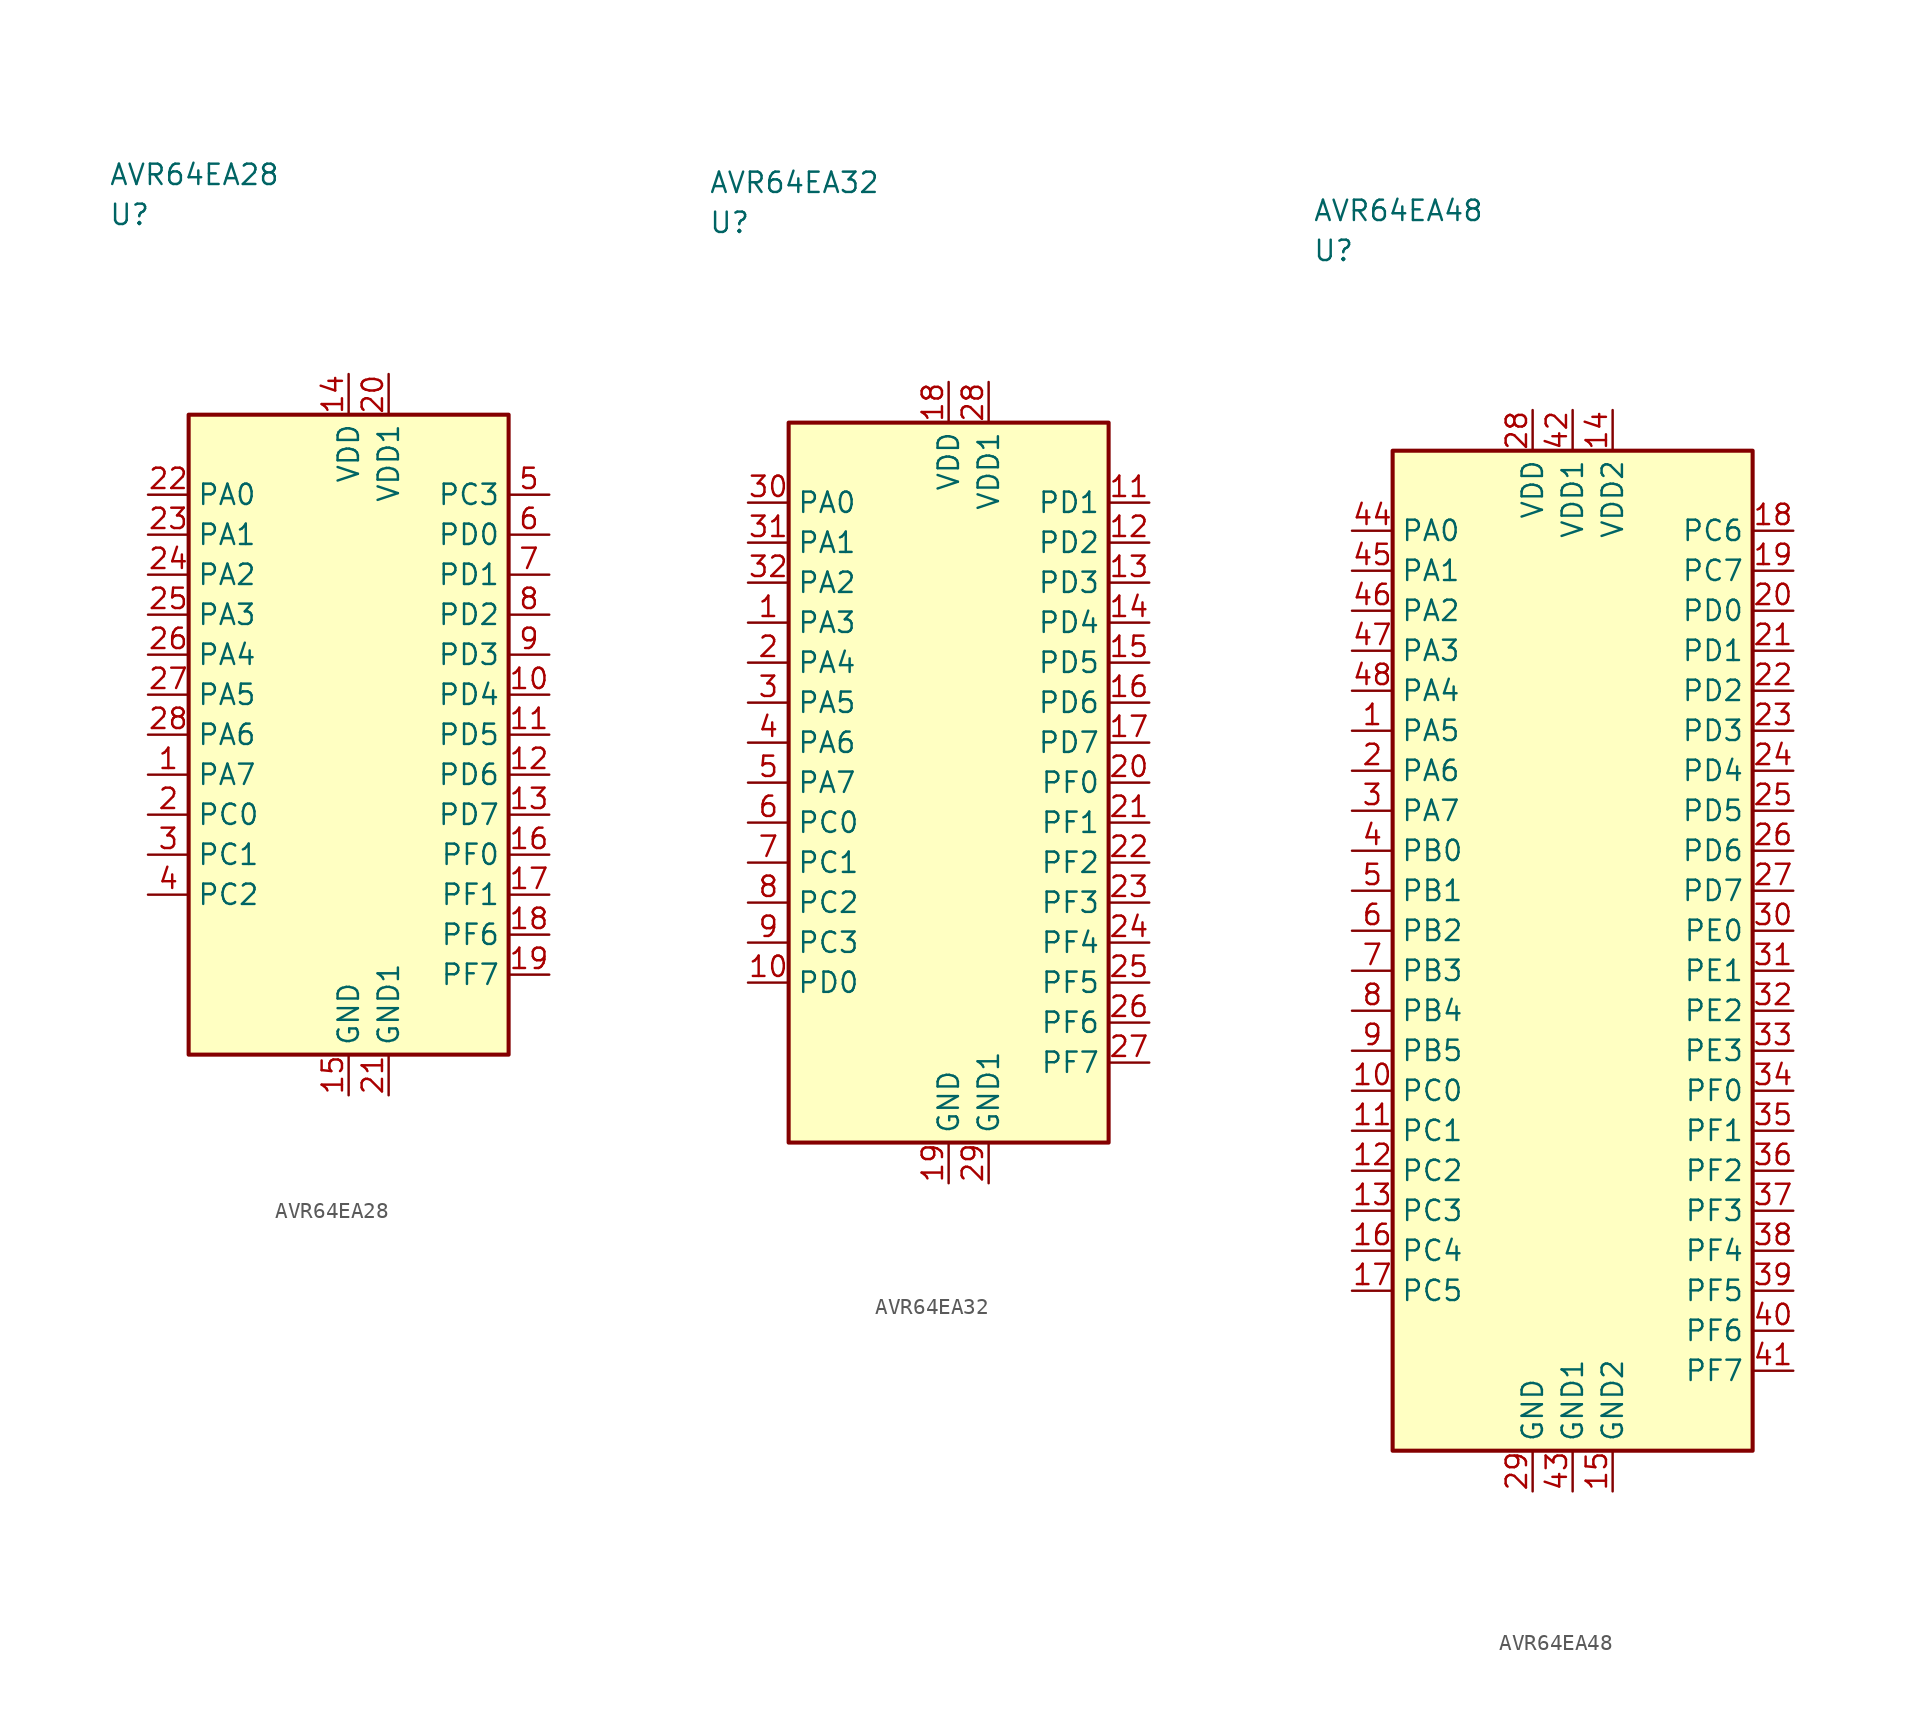
<source format=kicad_sym>
(kicad_symbol_lib
  (version 20241025)
  (generator "kicad_symbol_editor")
  (generator_version "8.0")
  (symbol "AVR64EA28"
    (property "Reference" "U"
      (at -15.0 32.5 0)
      (effects (font (size 1.27 1.27)) (justify left)))
    (property "Value" "AVR64EA28"
      (at -15.0 35.0 0)
      (effects (font (size 1.27 1.27)) (justify left)))
    (symbol "AVR64EA28_0_1"
      (rectangle (start -10.0 20.0) (end 10.0 -20.0) (stroke (width 0.254) (type default)) (fill (type background))))
    (symbol "AVR64EA28_1_1"
      (pin bidirectional line (at -12.54 -2.5 0.0) (length 2.54) (name "PA7" (effects (font (size 1.27 1.27)))) (number "1" (effects (font (size 1.27 1.27)))))
      (pin bidirectional line (at -12.54 -5.0 0.0) (length 2.54) (name "PC0" (effects (font (size 1.27 1.27)))) (number "2" (effects (font (size 1.27 1.27)))))
      (pin bidirectional line (at -12.54 -7.5 0.0) (length 2.54) (name "PC1" (effects (font (size 1.27 1.27)))) (number "3" (effects (font (size 1.27 1.27)))))
      (pin bidirectional line (at -12.54 -10.0 0.0) (length 2.54) (name "PC2" (effects (font (size 1.27 1.27)))) (number "4" (effects (font (size 1.27 1.27)))))
      (pin bidirectional line (at 12.54 15.0 180.0) (length 2.54) (name "PC3" (effects (font (size 1.27 1.27)))) (number "5" (effects (font (size 1.27 1.27)))))
      (pin bidirectional line (at 12.54 12.5 180.0) (length 2.54) (name "PD0" (effects (font (size 1.27 1.27)))) (number "6" (effects (font (size 1.27 1.27)))))
      (pin bidirectional line (at 12.54 10.0 180.0) (length 2.54) (name "PD1" (effects (font (size 1.27 1.27)))) (number "7" (effects (font (size 1.27 1.27)))))
      (pin bidirectional line (at 12.54 7.5 180.0) (length 2.54) (name "PD2" (effects (font (size 1.27 1.27)))) (number "8" (effects (font (size 1.27 1.27)))))
      (pin bidirectional line (at 12.54 5.0 180.0) (length 2.54) (name "PD3" (effects (font (size 1.27 1.27)))) (number "9" (effects (font (size 1.27 1.27)))))
      (pin bidirectional line (at 12.54 2.5 180.0) (length 2.54) (name "PD4" (effects (font (size 1.27 1.27)))) (number "10" (effects (font (size 1.27 1.27)))))
      (pin bidirectional line (at 12.54 0.0 180.0) (length 2.54) (name "PD5" (effects (font (size 1.27 1.27)))) (number "11" (effects (font (size 1.27 1.27)))))
      (pin bidirectional line (at 12.54 -2.5 180.0) (length 2.54) (name "PD6" (effects (font (size 1.27 1.27)))) (number "12" (effects (font (size 1.27 1.27)))))
      (pin bidirectional line (at 12.54 -5.0 180.0) (length 2.54) (name "PD7" (effects (font (size 1.27 1.27)))) (number "13" (effects (font (size 1.27 1.27)))))
      (pin power_in line (at 0.0 22.54 270.0) (length 2.54) (name "VDD" (effects (font (size 1.27 1.27)))) (number "14" (effects (font (size 1.27 1.27)))))
      (pin passive line (at 0.0 -22.54 90.0) (length 2.54) (name "GND" (effects (font (size 1.27 1.27)))) (number "15" (effects (font (size 1.27 1.27)))))
      (pin bidirectional line (at 12.54 -7.5 180.0) (length 2.54) (name "PF0" (effects (font (size 1.27 1.27)))) (number "16" (effects (font (size 1.27 1.27)))))
      (pin bidirectional line (at 12.54 -10.0 180.0) (length 2.54) (name "PF1" (effects (font (size 1.27 1.27)))) (number "17" (effects (font (size 1.27 1.27)))))
      (pin bidirectional line (at 12.54 -12.5 180.0) (length 2.54) (name "PF6" (effects (font (size 1.27 1.27)))) (number "18" (effects (font (size 1.27 1.27)))))
      (pin bidirectional line (at 12.54 -15.0 180.0) (length 2.54) (name "PF7" (effects (font (size 1.27 1.27)))) (number "19" (effects (font (size 1.27 1.27)))))
      (pin power_in line (at 2.5 22.54 270.0) (length 2.54) (name "VDD1" (effects (font (size 1.27 1.27)))) (number "20" (effects (font (size 1.27 1.27)))))
      (pin passive line (at 2.5 -22.54 90.0) (length 2.54) (name "GND1" (effects (font (size 1.27 1.27)))) (number "21" (effects (font (size 1.27 1.27)))))
      (pin bidirectional line (at -12.54 15.0 0.0) (length 2.54) (name "PA0" (effects (font (size 1.27 1.27)))) (number "22" (effects (font (size 1.27 1.27)))))
      (pin bidirectional line (at -12.54 12.5 0.0) (length 2.54) (name "PA1" (effects (font (size 1.27 1.27)))) (number "23" (effects (font (size 1.27 1.27)))))
      (pin bidirectional line (at -12.54 10.0 0.0) (length 2.54) (name "PA2" (effects (font (size 1.27 1.27)))) (number "24" (effects (font (size 1.27 1.27)))))
      (pin bidirectional line (at -12.54 7.5 0.0) (length 2.54) (name "PA3" (effects (font (size 1.27 1.27)))) (number "25" (effects (font (size 1.27 1.27)))))
      (pin bidirectional line (at -12.54 5.0 0.0) (length 2.54) (name "PA4" (effects (font (size 1.27 1.27)))) (number "26" (effects (font (size 1.27 1.27)))))
      (pin bidirectional line (at -12.54 2.5 0.0) (length 2.54) (name "PA5" (effects (font (size 1.27 1.27)))) (number "27" (effects (font (size 1.27 1.27)))))
      (pin bidirectional line (at -12.54 0.0 0.0) (length 2.54) (name "PA6" (effects (font (size 1.27 1.27)))) (number "28" (effects (font (size 1.27 1.27)))))))
  (symbol "AVR64EA32"
    (property "Reference" "U"
      (at -15.0 35.0 0)
      (effects (font (size 1.27 1.27)) (justify left)))
    (property "Value" "AVR64EA32"
      (at -15.0 37.5 0)
      (effects (font (size 1.27 1.27)) (justify left)))
    (symbol "AVR64EA32_0_1"
      (rectangle (start -10.0 22.5) (end 10.0 -22.5) (stroke (width 0.254) (type default)) (fill (type background))))
    (symbol "AVR64EA32_1_1"
      (pin bidirectional line (at -12.54 10.0 0.0) (length 2.54) (name "PA3" (effects (font (size 1.27 1.27)))) (number "1" (effects (font (size 1.27 1.27)))))
      (pin bidirectional line (at -12.54 7.5 0.0) (length 2.54) (name "PA4" (effects (font (size 1.27 1.27)))) (number "2" (effects (font (size 1.27 1.27)))))
      (pin bidirectional line (at -12.54 5.0 0.0) (length 2.54) (name "PA5" (effects (font (size 1.27 1.27)))) (number "3" (effects (font (size 1.27 1.27)))))
      (pin bidirectional line (at -12.54 2.5 0.0) (length 2.54) (name "PA6" (effects (font (size 1.27 1.27)))) (number "4" (effects (font (size 1.27 1.27)))))
      (pin bidirectional line (at -12.54 0.0 0.0) (length 2.54) (name "PA7" (effects (font (size 1.27 1.27)))) (number "5" (effects (font (size 1.27 1.27)))))
      (pin bidirectional line (at -12.54 -2.5 0.0) (length 2.54) (name "PC0" (effects (font (size 1.27 1.27)))) (number "6" (effects (font (size 1.27 1.27)))))
      (pin bidirectional line (at -12.54 -5.0 0.0) (length 2.54) (name "PC1" (effects (font (size 1.27 1.27)))) (number "7" (effects (font (size 1.27 1.27)))))
      (pin bidirectional line (at -12.54 -7.5 0.0) (length 2.54) (name "PC2" (effects (font (size 1.27 1.27)))) (number "8" (effects (font (size 1.27 1.27)))))
      (pin bidirectional line (at -12.54 -10.0 0.0) (length 2.54) (name "PC3" (effects (font (size 1.27 1.27)))) (number "9" (effects (font (size 1.27 1.27)))))
      (pin bidirectional line (at -12.54 -12.5 0.0) (length 2.54) (name "PD0" (effects (font (size 1.27 1.27)))) (number "10" (effects (font (size 1.27 1.27)))))
      (pin bidirectional line (at 12.54 17.5 180.0) (length 2.54) (name "PD1" (effects (font (size 1.27 1.27)))) (number "11" (effects (font (size 1.27 1.27)))))
      (pin bidirectional line (at 12.54 15.0 180.0) (length 2.54) (name "PD2" (effects (font (size 1.27 1.27)))) (number "12" (effects (font (size 1.27 1.27)))))
      (pin bidirectional line (at 12.54 12.5 180.0) (length 2.54) (name "PD3" (effects (font (size 1.27 1.27)))) (number "13" (effects (font (size 1.27 1.27)))))
      (pin bidirectional line (at 12.54 10.0 180.0) (length 2.54) (name "PD4" (effects (font (size 1.27 1.27)))) (number "14" (effects (font (size 1.27 1.27)))))
      (pin bidirectional line (at 12.54 7.5 180.0) (length 2.54) (name "PD5" (effects (font (size 1.27 1.27)))) (number "15" (effects (font (size 1.27 1.27)))))
      (pin bidirectional line (at 12.54 5.0 180.0) (length 2.54) (name "PD6" (effects (font (size 1.27 1.27)))) (number "16" (effects (font (size 1.27 1.27)))))
      (pin bidirectional line (at 12.54 2.5 180.0) (length 2.54) (name "PD7" (effects (font (size 1.27 1.27)))) (number "17" (effects (font (size 1.27 1.27)))))
      (pin power_in line (at 0.0 25.04 270.0) (length 2.54) (name "VDD" (effects (font (size 1.27 1.27)))) (number "18" (effects (font (size 1.27 1.27)))))
      (pin passive line (at 0.0 -25.04 90.0) (length 2.54) (name "GND" (effects (font (size 1.27 1.27)))) (number "19" (effects (font (size 1.27 1.27)))))
      (pin bidirectional line (at 12.54 0.0 180.0) (length 2.54) (name "PF0" (effects (font (size 1.27 1.27)))) (number "20" (effects (font (size 1.27 1.27)))))
      (pin bidirectional line (at 12.54 -2.5 180.0) (length 2.54) (name "PF1" (effects (font (size 1.27 1.27)))) (number "21" (effects (font (size 1.27 1.27)))))
      (pin bidirectional line (at 12.54 -5.0 180.0) (length 2.54) (name "PF2" (effects (font (size 1.27 1.27)))) (number "22" (effects (font (size 1.27 1.27)))))
      (pin bidirectional line (at 12.54 -7.5 180.0) (length 2.54) (name "PF3" (effects (font (size 1.27 1.27)))) (number "23" (effects (font (size 1.27 1.27)))))
      (pin bidirectional line (at 12.54 -10.0 180.0) (length 2.54) (name "PF4" (effects (font (size 1.27 1.27)))) (number "24" (effects (font (size 1.27 1.27)))))
      (pin bidirectional line (at 12.54 -12.5 180.0) (length 2.54) (name "PF5" (effects (font (size 1.27 1.27)))) (number "25" (effects (font (size 1.27 1.27)))))
      (pin bidirectional line (at 12.54 -15.0 180.0) (length 2.54) (name "PF6" (effects (font (size 1.27 1.27)))) (number "26" (effects (font (size 1.27 1.27)))))
      (pin bidirectional line (at 12.54 -17.5 180.0) (length 2.54) (name "PF7" (effects (font (size 1.27 1.27)))) (number "27" (effects (font (size 1.27 1.27)))))
      (pin power_in line (at 2.5 25.04 270.0) (length 2.54) (name "VDD1" (effects (font (size 1.27 1.27)))) (number "28" (effects (font (size 1.27 1.27)))))
      (pin passive line (at 2.5 -25.04 90.0) (length 2.54) (name "GND1" (effects (font (size 1.27 1.27)))) (number "29" (effects (font (size 1.27 1.27)))))
      (pin bidirectional line (at -12.54 17.5 0.0) (length 2.54) (name "PA0" (effects (font (size 1.27 1.27)))) (number "30" (effects (font (size 1.27 1.27)))))
      (pin bidirectional line (at -12.54 15.0 0.0) (length 2.54) (name "PA1" (effects (font (size 1.27 1.27)))) (number "31" (effects (font (size 1.27 1.27)))))
      (pin bidirectional line (at -12.54 12.5 0.0) (length 2.54) (name "PA2" (effects (font (size 1.27 1.27)))) (number "32" (effects (font (size 1.27 1.27)))))))
  (symbol "AVR64EA48"
    (property "Reference" "U"
      (at -16.25 43.75 0)
      (effects (font (size 1.27 1.27)) (justify left)))
    (property "Value" "AVR64EA48"
      (at -16.25 46.25 0)
      (effects (font (size 1.27 1.27)) (justify left)))
    (symbol "AVR64EA48_0_1"
      (rectangle (start -11.25 31.25) (end 11.25 -31.25) (stroke (width 0.254) (type default)) (fill (type background))))
    (symbol "AVR64EA48_1_1"
      (pin bidirectional line (at -13.79 13.75 0.0) (length 2.54) (name "PA5" (effects (font (size 1.27 1.27)))) (number "1" (effects (font (size 1.27 1.27)))))
      (pin bidirectional line (at -13.79 11.25 0.0) (length 2.54) (name "PA6" (effects (font (size 1.27 1.27)))) (number "2" (effects (font (size 1.27 1.27)))))
      (pin bidirectional line (at -13.79 8.75 0.0) (length 2.54) (name "PA7" (effects (font (size 1.27 1.27)))) (number "3" (effects (font (size 1.27 1.27)))))
      (pin bidirectional line (at -13.79 6.25 0.0) (length 2.54) (name "PB0" (effects (font (size 1.27 1.27)))) (number "4" (effects (font (size 1.27 1.27)))))
      (pin bidirectional line (at -13.79 3.75 0.0) (length 2.54) (name "PB1" (effects (font (size 1.27 1.27)))) (number "5" (effects (font (size 1.27 1.27)))))
      (pin bidirectional line (at -13.79 1.25 0.0) (length 2.54) (name "PB2" (effects (font (size 1.27 1.27)))) (number "6" (effects (font (size 1.27 1.27)))))
      (pin bidirectional line (at -13.79 -1.25 0.0) (length 2.54) (name "PB3" (effects (font (size 1.27 1.27)))) (number "7" (effects (font (size 1.27 1.27)))))
      (pin bidirectional line (at -13.79 -3.75 0.0) (length 2.54) (name "PB4" (effects (font (size 1.27 1.27)))) (number "8" (effects (font (size 1.27 1.27)))))
      (pin bidirectional line (at -13.79 -6.25 0.0) (length 2.54) (name "PB5" (effects (font (size 1.27 1.27)))) (number "9" (effects (font (size 1.27 1.27)))))
      (pin bidirectional line (at -13.79 -8.75 0.0) (length 2.54) (name "PC0" (effects (font (size 1.27 1.27)))) (number "10" (effects (font (size 1.27 1.27)))))
      (pin bidirectional line (at -13.79 -11.25 0.0) (length 2.54) (name "PC1" (effects (font (size 1.27 1.27)))) (number "11" (effects (font (size 1.27 1.27)))))
      (pin bidirectional line (at -13.79 -13.75 0.0) (length 2.54) (name "PC2" (effects (font (size 1.27 1.27)))) (number "12" (effects (font (size 1.27 1.27)))))
      (pin bidirectional line (at -13.79 -16.25 0.0) (length 2.54) (name "PC3" (effects (font (size 1.27 1.27)))) (number "13" (effects (font (size 1.27 1.27)))))
      (pin power_in line (at 2.5 33.79 270.0) (length 2.54) (name "VDD2" (effects (font (size 1.27 1.27)))) (number "14" (effects (font (size 1.27 1.27)))))
      (pin passive line (at 2.5 -33.79 90.0) (length 2.54) (name "GND2" (effects (font (size 1.27 1.27)))) (number "15" (effects (font (size 1.27 1.27)))))
      (pin bidirectional line (at -13.79 -18.75 0.0) (length 2.54) (name "PC4" (effects (font (size 1.27 1.27)))) (number "16" (effects (font (size 1.27 1.27)))))
      (pin bidirectional line (at -13.79 -21.25 0.0) (length 2.54) (name "PC5" (effects (font (size 1.27 1.27)))) (number "17" (effects (font (size 1.27 1.27)))))
      (pin bidirectional line (at 13.79 26.25 180.0) (length 2.54) (name "PC6" (effects (font (size 1.27 1.27)))) (number "18" (effects (font (size 1.27 1.27)))))
      (pin bidirectional line (at 13.79 23.75 180.0) (length 2.54) (name "PC7" (effects (font (size 1.27 1.27)))) (number "19" (effects (font (size 1.27 1.27)))))
      (pin bidirectional line (at 13.79 21.25 180.0) (length 2.54) (name "PD0" (effects (font (size 1.27 1.27)))) (number "20" (effects (font (size 1.27 1.27)))))
      (pin bidirectional line (at 13.79 18.75 180.0) (length 2.54) (name "PD1" (effects (font (size 1.27 1.27)))) (number "21" (effects (font (size 1.27 1.27)))))
      (pin bidirectional line (at 13.79 16.25 180.0) (length 2.54) (name "PD2" (effects (font (size 1.27 1.27)))) (number "22" (effects (font (size 1.27 1.27)))))
      (pin bidirectional line (at 13.79 13.75 180.0) (length 2.54) (name "PD3" (effects (font (size 1.27 1.27)))) (number "23" (effects (font (size 1.27 1.27)))))
      (pin bidirectional line (at 13.79 11.25 180.0) (length 2.54) (name "PD4" (effects (font (size 1.27 1.27)))) (number "24" (effects (font (size 1.27 1.27)))))
      (pin bidirectional line (at 13.79 8.75 180.0) (length 2.54) (name "PD5" (effects (font (size 1.27 1.27)))) (number "25" (effects (font (size 1.27 1.27)))))
      (pin bidirectional line (at 13.79 6.25 180.0) (length 2.54) (name "PD6" (effects (font (size 1.27 1.27)))) (number "26" (effects (font (size 1.27 1.27)))))
      (pin bidirectional line (at 13.79 3.75 180.0) (length 2.54) (name "PD7" (effects (font (size 1.27 1.27)))) (number "27" (effects (font (size 1.27 1.27)))))
      (pin power_in line (at -2.5 33.79 270.0) (length 2.54) (name "VDD" (effects (font (size 1.27 1.27)))) (number "28" (effects (font (size 1.27 1.27)))))
      (pin passive line (at -2.5 -33.79 90.0) (length 2.54) (name "GND" (effects (font (size 1.27 1.27)))) (number "29" (effects (font (size 1.27 1.27)))))
      (pin bidirectional line (at 13.79 1.25 180.0) (length 2.54) (name "PE0" (effects (font (size 1.27 1.27)))) (number "30" (effects (font (size 1.27 1.27)))))
      (pin bidirectional line (at 13.79 -1.25 180.0) (length 2.54) (name "PE1" (effects (font (size 1.27 1.27)))) (number "31" (effects (font (size 1.27 1.27)))))
      (pin bidirectional line (at 13.79 -3.75 180.0) (length 2.54) (name "PE2" (effects (font (size 1.27 1.27)))) (number "32" (effects (font (size 1.27 1.27)))))
      (pin bidirectional line (at 13.79 -6.25 180.0) (length 2.54) (name "PE3" (effects (font (size 1.27 1.27)))) (number "33" (effects (font (size 1.27 1.27)))))
      (pin bidirectional line (at 13.79 -8.75 180.0) (length 2.54) (name "PF0" (effects (font (size 1.27 1.27)))) (number "34" (effects (font (size 1.27 1.27)))))
      (pin bidirectional line (at 13.79 -11.25 180.0) (length 2.54) (name "PF1" (effects (font (size 1.27 1.27)))) (number "35" (effects (font (size 1.27 1.27)))))
      (pin bidirectional line (at 13.79 -13.75 180.0) (length 2.54) (name "PF2" (effects (font (size 1.27 1.27)))) (number "36" (effects (font (size 1.27 1.27)))))
      (pin bidirectional line (at 13.79 -16.25 180.0) (length 2.54) (name "PF3" (effects (font (size 1.27 1.27)))) (number "37" (effects (font (size 1.27 1.27)))))
      (pin bidirectional line (at 13.79 -18.75 180.0) (length 2.54) (name "PF4" (effects (font (size 1.27 1.27)))) (number "38" (effects (font (size 1.27 1.27)))))
      (pin bidirectional line (at 13.79 -21.25 180.0) (length 2.54) (name "PF5" (effects (font (size 1.27 1.27)))) (number "39" (effects (font (size 1.27 1.27)))))
      (pin bidirectional line (at 13.79 -23.75 180.0) (length 2.54) (name "PF6" (effects (font (size 1.27 1.27)))) (number "40" (effects (font (size 1.27 1.27)))))
      (pin bidirectional line (at 13.79 -26.25 180.0) (length 2.54) (name "PF7" (effects (font (size 1.27 1.27)))) (number "41" (effects (font (size 1.27 1.27)))))
      (pin power_in line (at 0.0 33.79 270.0) (length 2.54) (name "VDD1" (effects (font (size 1.27 1.27)))) (number "42" (effects (font (size 1.27 1.27)))))
      (pin passive line (at 0.0 -33.79 90.0) (length 2.54) (name "GND1" (effects (font (size 1.27 1.27)))) (number "43" (effects (font (size 1.27 1.27)))))
      (pin bidirectional line (at -13.79 26.25 0.0) (length 2.54) (name "PA0" (effects (font (size 1.27 1.27)))) (number "44" (effects (font (size 1.27 1.27)))))
      (pin bidirectional line (at -13.79 23.75 0.0) (length 2.54) (name "PA1" (effects (font (size 1.27 1.27)))) (number "45" (effects (font (size 1.27 1.27)))))
      (pin bidirectional line (at -13.79 21.25 0.0) (length 2.54) (name "PA2" (effects (font (size 1.27 1.27)))) (number "46" (effects (font (size 1.27 1.27)))))
      (pin bidirectional line (at -13.79 18.75 0.0) (length 2.54) (name "PA3" (effects (font (size 1.27 1.27)))) (number "47" (effects (font (size 1.27 1.27)))))
      (pin bidirectional line (at -13.79 16.25 0.0) (length 2.54) (name "PA4" (effects (font (size 1.27 1.27)))) (number "48" (effects (font (size 1.27 1.27))))))))
</source>
